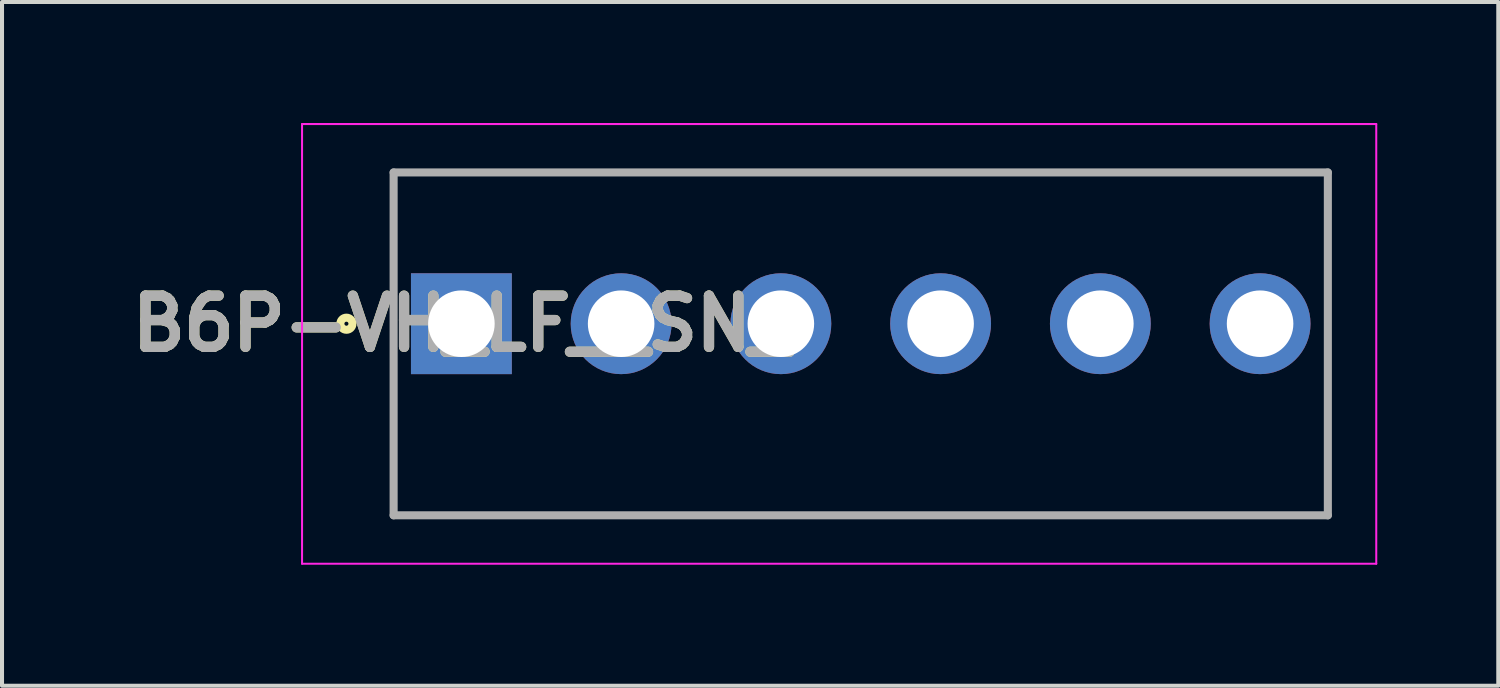
<source format=kicad_pcb>
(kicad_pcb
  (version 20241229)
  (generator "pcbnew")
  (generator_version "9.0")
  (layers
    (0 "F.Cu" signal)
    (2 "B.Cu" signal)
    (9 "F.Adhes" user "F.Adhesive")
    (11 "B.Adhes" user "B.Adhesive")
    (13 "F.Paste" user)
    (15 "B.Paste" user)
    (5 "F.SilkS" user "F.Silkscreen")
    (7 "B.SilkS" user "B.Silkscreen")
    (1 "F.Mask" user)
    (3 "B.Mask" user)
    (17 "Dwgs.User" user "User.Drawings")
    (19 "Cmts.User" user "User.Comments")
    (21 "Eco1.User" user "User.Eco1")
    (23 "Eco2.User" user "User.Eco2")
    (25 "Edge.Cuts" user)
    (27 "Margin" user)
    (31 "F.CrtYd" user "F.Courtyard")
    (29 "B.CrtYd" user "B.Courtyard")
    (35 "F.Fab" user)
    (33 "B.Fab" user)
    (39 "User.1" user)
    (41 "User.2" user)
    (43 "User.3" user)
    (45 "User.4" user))
  (footprint "B6P-VH_LF__SN_"
    (layer "F.Cu")
    (at 8.388 4.975)
    (property "Reference" "B6P-VH_LF__SN_" (at 0 0 0) (layer "F.SilkS") (effects (font (size 1.27 1.27) (thickness 0.254))))
    (attr through_hole)
    (fp_line (start -1.68 -3.75) (end 21.48 -3.75) (stroke (width 0.1) (type solid)) (layer "F.SilkS"))
    (fp_line (start -1.68 4.75) (end -1.68 -3.75) (stroke (width 0.1) (type solid)) (layer "F.SilkS"))
    (fp_line (start 21.48 -3.75) (end 21.48 4.75) (stroke (width 0.1) (type solid)) (layer "F.SilkS"))
    (fp_line (start 21.48 4.75) (end -1.68 4.75) (stroke (width 0.1) (type solid)) (layer "F.SilkS"))
    (fp_circle (center -2.85 0) (end -2.85 0.05) (stroke (width 0.2) (type solid)) (fill no) (layer "F.SilkS"))
    (fp_line (start -3.95 -4.95) (end 22.68 -4.95) (stroke (width 0.05) (type solid)) (layer "F.CrtYd"))
    (fp_line (start -3.95 5.95) (end -3.95 -4.95) (stroke (width 0.05) (type solid)) (layer "F.CrtYd"))
    (fp_line (start 22.68 -4.95) (end 22.68 5.95) (stroke (width 0.05) (type solid)) (layer "F.CrtYd"))
    (fp_line (start 22.68 5.95) (end -3.95 5.95) (stroke (width 0.05) (type solid)) (layer "F.CrtYd"))
    (fp_line (start -1.68 -3.75) (end 21.48 -3.75) (stroke (width 0.2) (type solid)) (layer "F.Fab"))
    (fp_line (start -1.68 4.75) (end -1.68 -3.75) (stroke (width 0.2) (type solid)) (layer "F.Fab"))
    (fp_line (start 21.48 -3.75) (end 21.48 4.75) (stroke (width 0.2) (type solid)) (layer "F.Fab"))
    (fp_line (start 21.48 4.75) (end -1.68 4.75) (stroke (width 0.2) (type solid)) (layer "F.Fab"))
    (fp_text user "${REFERENCE}" (at 0 0 0) (layer "F.Fab") (effects (font (size 1.27 1.27) (thickness 0.254))))
    (pad "1" thru_hole rect (at 0 0) (size 2.5 2.5) (drill 1.65) (layers "*.Cu" "*.Mask"))
    (pad "2" thru_hole circle (at 3.96 0) (size 2.5 2.5) (drill 1.65) (layers "*.Cu" "*.Mask"))
    (pad "3" thru_hole circle (at 7.92 0) (size 2.5 2.5) (drill 1.65) (layers "*.Cu" "*.Mask"))
    (pad "4" thru_hole circle (at 11.88 0) (size 2.5 2.5) (drill 1.65) (layers "*.Cu" "*.Mask"))
    (pad "5" thru_hole circle (at 15.84 0) (size 2.5 2.5) (drill 1.65) (layers "*.Cu" "*.Mask"))
    (pad "6" thru_hole circle (at 19.8 0) (size 2.5 2.5) (drill 1.65) (layers "*.Cu" "*.Mask")))
  (gr_rect
    (start -3 -3)
    (end 34.093 13.95)
    (stroke (width 0.1) (type default))
    (fill no)
    (layer "Edge.Cuts")))
</source>
